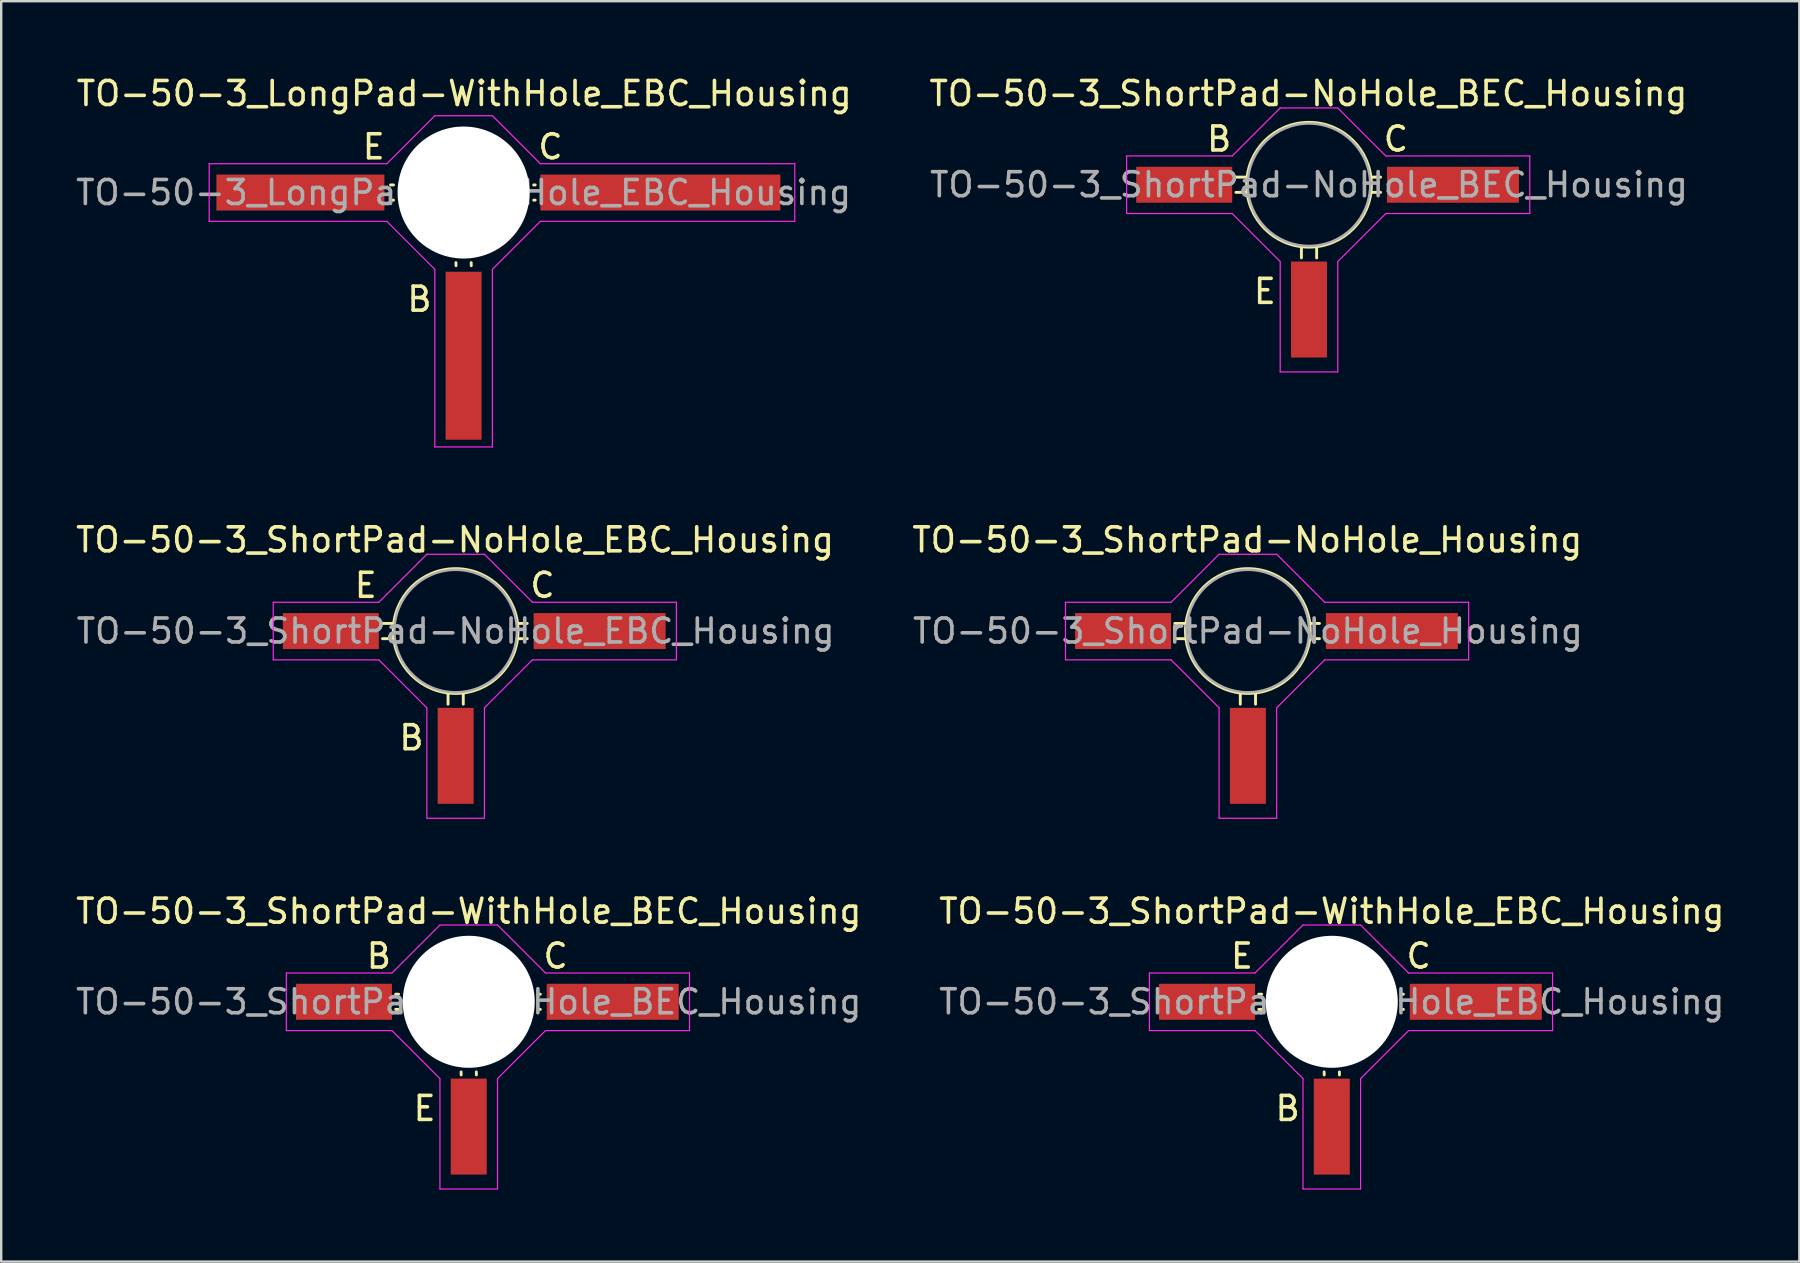
<source format=kicad_pcb>
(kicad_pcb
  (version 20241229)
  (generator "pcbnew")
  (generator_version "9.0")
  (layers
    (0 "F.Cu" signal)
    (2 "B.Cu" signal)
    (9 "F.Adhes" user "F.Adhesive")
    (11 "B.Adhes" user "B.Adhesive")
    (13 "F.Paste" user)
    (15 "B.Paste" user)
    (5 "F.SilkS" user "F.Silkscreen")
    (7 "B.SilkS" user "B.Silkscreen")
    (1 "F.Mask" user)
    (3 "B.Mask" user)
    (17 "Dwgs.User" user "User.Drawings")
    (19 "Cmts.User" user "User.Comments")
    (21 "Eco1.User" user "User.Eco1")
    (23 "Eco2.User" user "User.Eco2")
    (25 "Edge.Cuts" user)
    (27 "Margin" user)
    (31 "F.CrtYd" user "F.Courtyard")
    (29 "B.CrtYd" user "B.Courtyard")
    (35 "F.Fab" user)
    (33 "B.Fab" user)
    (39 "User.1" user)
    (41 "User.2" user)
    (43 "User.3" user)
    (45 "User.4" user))
  (footprint "TO-50-3_ShortPad-NoHole_EBC_Housing"
    (layer "F.Cu")
    (at 16.336 25.846)
    (property "Reference" "TO-50-3_ShortPad-NoHole_EBC_Housing" (at -0.425 -6.4 0) (layer "F.SilkS") (effects (font (size 1 1) (thickness 0.15))))
    (attr smd)
    (fp_line (start -3.002 -2.917) (end -3.446 -2.917) (stroke (width 0.12) (type solid)) (layer "F.SilkS"))
    (fp_line (start -3.002 -2.283) (end -3.446 -2.283) (stroke (width 0.12) (type solid)) (layer "F.SilkS"))
    (fp_line (start -0.716 0.004) (end -0.716 0.448) (stroke (width 0.12) (type solid)) (layer "F.SilkS"))
    (fp_line (start -0.081 0.004) (end -0.081 0.448) (stroke (width 0.12) (type solid)) (layer "F.SilkS"))
    (fp_line (start 2.204 -2.917) (end 2.584 -2.917) (stroke (width 0.12) (type solid)) (layer "F.SilkS"))
    (fp_line (start 2.204 -2.283) (end 2.584 -2.283) (stroke (width 0.12) (type solid)) (layer "F.SilkS"))
    (fp_circle (center -0.4 -2.6) (end -0.4 -5.2) (stroke (width 0.12) (type solid)) (fill no) (layer "F.SilkS"))
    (fp_line (start -8 -1.4) (end -8 -3.8) (stroke (width 0.05) (type solid)) (layer "F.CrtYd"))
    (fp_line (start -8 -1.4) (end -3.6 -1.4) (stroke (width 0.05) (type solid)) (layer "F.CrtYd"))
    (fp_line (start -3.6 -3.8) (end -8 -3.8) (stroke (width 0.05) (type solid)) (layer "F.CrtYd"))
    (fp_line (start -3.6 -3.8) (end -1.6 -5.8) (stroke (width 0.05) (type solid)) (layer "F.CrtYd"))
    (fp_line (start -1.6 -5.8) (end 0.8 -5.8) (stroke (width 0.05) (type solid)) (layer "F.CrtYd"))
    (fp_line (start -1.6 0.6) (end -3.6 -1.4) (stroke (width 0.05) (type solid)) (layer "F.CrtYd"))
    (fp_line (start -1.6 5.2) (end -1.6 0.6) (stroke (width 0.05) (type solid)) (layer "F.CrtYd"))
    (fp_line (start 0.8 -5.8) (end 2.8 -3.8) (stroke (width 0.05) (type solid)) (layer "F.CrtYd"))
    (fp_line (start 0.8 0.6) (end 0.8 5.2) (stroke (width 0.05) (type solid)) (layer "F.CrtYd"))
    (fp_line (start 0.8 5.2) (end -1.6 5.2) (stroke (width 0.05) (type solid)) (layer "F.CrtYd"))
    (fp_line (start 2.8 -3.8) (end 8.8 -3.8) (stroke (width 0.05) (type solid)) (layer "F.CrtYd"))
    (fp_line (start 2.8 -1.4) (end 0.8 0.6) (stroke (width 0.05) (type solid)) (layer "F.CrtYd"))
    (fp_line (start 8.8 -3.8) (end 8.8 -1.4) (stroke (width 0.05) (type solid)) (layer "F.CrtYd"))
    (fp_line (start 8.8 -1.4) (end 2.8 -1.4) (stroke (width 0.05) (type solid)) (layer "F.CrtYd"))
    (fp_circle (center -0.4 -2.6) (end -0.35 -5.15) (stroke (width 0.1) (type solid)) (fill no) (layer "F.Fab"))
    (fp_text user "B" (at -2.24 1.845 0) (layer "F.SilkS") (effects (font (size 1 1) (thickness 0.15))))
    (fp_text user "E" (at -4.145 -4.505 0) (layer "F.SilkS") (effects (font (size 1 1) (thickness 0.15))))
    (fp_text user "C" (at 3.22 -4.505 0) (layer "F.SilkS") (effects (font (size 1 1) (thickness 0.15))))
    (fp_text user "${REFERENCE}" (at -0.4 -2.6 0) (layer "F.Fab") (effects (font (size 1 1) (thickness 0.15))))
    (pad "1" smd rect (at -5.6 -2.6 270) (size 1.5 4) (layers "F.Cu" "F.Mask" "F.Paste"))
    (pad "2" smd rect (at -0.4 2.6 270) (size 4 1.5) (layers "F.Cu" "F.Mask" "F.Paste"))
    (pad "3" smd rect (at 5.6 -2.6 270) (size 1.5 5.5) (layers "F.Cu" "F.Mask" "F.Paste")))
  (footprint "TO-50-3_LongPad-WithHole_EBC_Housing"
    (layer "F.Cu")
    (at 16.968 8.373)
    (property "Reference" "TO-50-3_LongPad-WithHole_EBC_Housing" (at -0.675 -7.525 0) (layer "F.SilkS") (effects (font (size 1 1) (thickness 0.15))))
    (attr smd)
    (fp_line (start -3.621 -3.717) (end -3.747 -3.717) (stroke (width 0.12) (type solid)) (layer "F.SilkS"))
    (fp_line (start -3.621 -3.083) (end -3.747 -3.083) (stroke (width 0.12) (type solid)) (layer "F.SilkS"))
    (fp_line (start -1.018 -0.479) (end -1.016 -0.352) (stroke (width 0.12) (type solid)) (layer "F.SilkS"))
    (fp_line (start -0.383 -0.479) (end -0.381 -0.352) (stroke (width 0.12) (type solid)) (layer "F.SilkS"))
    (fp_line (start 2.221 -3.717) (end 2.284 -3.717) (stroke (width 0.12) (type solid)) (layer "F.SilkS"))
    (fp_line (start 2.221 -3.083) (end 2.284 -3.083) (stroke (width 0.12) (type solid)) (layer "F.SilkS"))
    (fp_line (start -11.3 -4.6) (end -3.9 -4.6) (stroke (width 0.05) (type solid)) (layer "F.CrtYd"))
    (fp_line (start -11.3 -2.2) (end -11.3 -4.6) (stroke (width 0.05) (type solid)) (layer "F.CrtYd"))
    (fp_line (start -3.9 -4.6) (end -1.9 -6.6) (stroke (width 0.05) (type solid)) (layer "F.CrtYd"))
    (fp_line (start -3.9 -2.2) (end -11.3 -2.2) (stroke (width 0.05) (type solid)) (layer "F.CrtYd"))
    (fp_line (start -1.9 -6.6) (end 0.5 -6.6) (stroke (width 0.05) (type solid)) (layer "F.CrtYd"))
    (fp_line (start -1.9 -0.2) (end -3.9 -2.2) (stroke (width 0.05) (type solid)) (layer "F.CrtYd"))
    (fp_line (start -1.9 7.2) (end -1.9 -0.2) (stroke (width 0.05) (type solid)) (layer "F.CrtYd"))
    (fp_line (start 0.5 -6.6) (end 2.5 -4.6) (stroke (width 0.05) (type solid)) (layer "F.CrtYd"))
    (fp_line (start 0.5 -0.2) (end 0.5 7.2) (stroke (width 0.05) (type solid)) (layer "F.CrtYd"))
    (fp_line (start 0.5 7.2) (end -1.9 7.2) (stroke (width 0.05) (type solid)) (layer "F.CrtYd"))
    (fp_line (start 2.5 -4.6) (end 13.1 -4.6) (stroke (width 0.05) (type solid)) (layer "F.CrtYd"))
    (fp_line (start 2.5 -2.2) (end 0.5 -0.2) (stroke (width 0.05) (type solid)) (layer "F.CrtYd"))
    (fp_line (start 13.1 -4.6) (end 13.1 -2.2) (stroke (width 0.05) (type solid)) (layer "F.CrtYd"))
    (fp_line (start 13.1 -2.2) (end 2.5 -2.2) (stroke (width 0.05) (type solid)) (layer "F.CrtYd"))
    (fp_circle (center -0.7 -3.4) (end -0.65 -5.95) (stroke (width 0.1) (type solid)) (fill no) (layer "F.Fab"))
    (fp_text user "B" (at -2.54 1.045 0) (layer "F.SilkS") (effects (font (size 1 1) (thickness 0.15))))
    (fp_text user "C" (at 2.92 -5.305 0) (layer "F.SilkS") (effects (font (size 1 1) (thickness 0.15))))
    (fp_text user "E" (at -4.445 -5.305 0) (layer "F.SilkS") (effects (font (size 1 1) (thickness 0.15))))
    (fp_text user "${REFERENCE}" (at -0.7 -3.4 0) (layer "F.Fab") (effects (font (size 1 1) (thickness 0.15))))
    (pad "" np_thru_hole circle (at -0.7 -3.4 270) (size 5.5 5.5) (drill 5.5) (layers "*.Cu" "*.Mask"))
    (pad "1" smd rect (at -7.5 -3.4 270) (size 1.5 7) (layers "F.Cu" "F.Mask" "F.Paste"))
    (pad "2" smd rect (at -0.7 3.4 270) (size 7 1.5) (layers "F.Cu" "F.Mask" "F.Paste"))
    (pad "3" smd rect (at 7.5 -3.4 270) (size 1.5 10) (layers "F.Cu" "F.Mask" "F.Paste")))
  (footprint "TO-50-3_ShortPad-WithHole_BEC_Housing"
    (layer "F.Cu")
    (at 16.882 41.295)
    (property "Reference" "TO-50-3_ShortPad-WithHole_BEC_Housing" (at -0.4 -6.375 0) (layer "F.SilkS") (effects (font (size 1 1) (thickness 0.15))))
    (attr smd)
    (fp_line (start -3.321 -2.917) (end -3.446 -2.917) (stroke (width 0.12) (type solid)) (layer "F.SilkS"))
    (fp_line (start -3.321 -2.283) (end -3.446 -2.283) (stroke (width 0.12) (type solid)) (layer "F.SilkS"))
    (fp_line (start -0.718 0.321) (end -0.716 0.448) (stroke (width 0.12) (type solid)) (layer "F.SilkS"))
    (fp_line (start -0.083 0.321) (end -0.081 0.448) (stroke (width 0.12) (type solid)) (layer "F.SilkS"))
    (fp_line (start 2.521 -2.917) (end 2.584 -2.917) (stroke (width 0.12) (type solid)) (layer "F.SilkS"))
    (fp_line (start 2.521 -2.283) (end 2.584 -2.283) (stroke (width 0.12) (type solid)) (layer "F.SilkS"))
    (fp_line (start -8 -1.4) (end -8 -3.8) (stroke (width 0.05) (type solid)) (layer "F.CrtYd"))
    (fp_line (start -8 -1.4) (end -3.6 -1.4) (stroke (width 0.05) (type solid)) (layer "F.CrtYd"))
    (fp_line (start -3.6 -3.8) (end -8 -3.8) (stroke (width 0.05) (type solid)) (layer "F.CrtYd"))
    (fp_line (start -3.6 -3.8) (end -1.6 -5.8) (stroke (width 0.05) (type solid)) (layer "F.CrtYd"))
    (fp_line (start -1.6 -5.8) (end 0.8 -5.8) (stroke (width 0.05) (type solid)) (layer "F.CrtYd"))
    (fp_line (start -1.6 0.6) (end -3.6 -1.4) (stroke (width 0.05) (type solid)) (layer "F.CrtYd"))
    (fp_line (start -1.6 5.2) (end -1.6 0.6) (stroke (width 0.05) (type solid)) (layer "F.CrtYd"))
    (fp_line (start 0.8 -5.8) (end 2.8 -3.8) (stroke (width 0.05) (type solid)) (layer "F.CrtYd"))
    (fp_line (start 0.8 0.6) (end 0.8 5.2) (stroke (width 0.05) (type solid)) (layer "F.CrtYd"))
    (fp_line (start 0.8 5.2) (end -1.6 5.2) (stroke (width 0.05) (type solid)) (layer "F.CrtYd"))
    (fp_line (start 2.8 -3.8) (end 8.8 -3.8) (stroke (width 0.05) (type solid)) (layer "F.CrtYd"))
    (fp_line (start 2.8 -1.4) (end 0.8 0.6) (stroke (width 0.05) (type solid)) (layer "F.CrtYd"))
    (fp_line (start 8.8 -3.8) (end 8.8 -1.4) (stroke (width 0.05) (type solid)) (layer "F.CrtYd"))
    (fp_line (start 8.8 -1.4) (end 2.8 -1.4) (stroke (width 0.05) (type solid)) (layer "F.CrtYd"))
    (fp_circle (center -0.4 -2.6) (end -0.35 -5.15) (stroke (width 0.1) (type solid)) (fill no) (layer "F.Fab"))
    (fp_text user "B" (at -4.145 -4.505 0) (layer "F.SilkS") (effects (font (size 1 1) (thickness 0.15))))
    (fp_text user "E" (at -2.24 1.845 0) (layer "F.SilkS") (effects (font (size 1 1) (thickness 0.15))))
    (fp_text user "C" (at 3.22 -4.505 0) (layer "F.SilkS") (effects (font (size 1 1) (thickness 0.15))))
    (fp_text user "${REFERENCE}" (at -0.4 -2.6 0) (layer "F.Fab") (effects (font (size 1 1) (thickness 0.15))))
    (pad "" np_thru_hole circle (at -0.4 -2.6 270) (size 5.5 5.5) (drill 5.5) (layers "*.Cu" "*.Mask"))
    (pad "1" smd rect (at -5.6 -2.6 270) (size 1.5 4) (layers "F.Cu" "F.Mask" "F.Paste"))
    (pad "2" smd rect (at -0.4 2.6 270) (size 4 1.5) (layers "F.Cu" "F.Mask" "F.Paste"))
    (pad "3" smd rect (at 5.6 -2.6 270) (size 1.5 5.5) (layers "F.Cu" "F.Mask" "F.Paste")))
  (footprint "TO-50-3_ShortPad-WithHole_EBC_Housing"
    (layer "F.Cu")
    (at 52.846 41.295)
    (property "Reference" "TO-50-3_ShortPad-WithHole_EBC_Housing" (at -0.4 -6.375 0) (layer "F.SilkS") (effects (font (size 1 1) (thickness 0.15))))
    (attr smd)
    (fp_line (start -3.321 -2.917) (end -3.446 -2.917) (stroke (width 0.12) (type solid)) (layer "F.SilkS"))
    (fp_line (start -3.321 -2.283) (end -3.446 -2.283) (stroke (width 0.12) (type solid)) (layer "F.SilkS"))
    (fp_line (start -0.718 0.321) (end -0.716 0.448) (stroke (width 0.12) (type solid)) (layer "F.SilkS"))
    (fp_line (start -0.083 0.321) (end -0.081 0.448) (stroke (width 0.12) (type solid)) (layer "F.SilkS"))
    (fp_line (start 2.521 -2.917) (end 2.584 -2.917) (stroke (width 0.12) (type solid)) (layer "F.SilkS"))
    (fp_line (start 2.521 -2.283) (end 2.584 -2.283) (stroke (width 0.12) (type solid)) (layer "F.SilkS"))
    (fp_line (start -8 -1.4) (end -8 -3.8) (stroke (width 0.05) (type solid)) (layer "F.CrtYd"))
    (fp_line (start -8 -1.4) (end -3.6 -1.4) (stroke (width 0.05) (type solid)) (layer "F.CrtYd"))
    (fp_line (start -3.6 -3.8) (end -8 -3.8) (stroke (width 0.05) (type solid)) (layer "F.CrtYd"))
    (fp_line (start -3.6 -3.8) (end -1.6 -5.8) (stroke (width 0.05) (type solid)) (layer "F.CrtYd"))
    (fp_line (start -1.6 -5.8) (end 0.8 -5.8) (stroke (width 0.05) (type solid)) (layer "F.CrtYd"))
    (fp_line (start -1.6 0.6) (end -3.6 -1.4) (stroke (width 0.05) (type solid)) (layer "F.CrtYd"))
    (fp_line (start -1.6 5.2) (end -1.6 0.6) (stroke (width 0.05) (type solid)) (layer "F.CrtYd"))
    (fp_line (start 0.8 -5.8) (end 2.8 -3.8) (stroke (width 0.05) (type solid)) (layer "F.CrtYd"))
    (fp_line (start 0.8 0.6) (end 0.8 5.2) (stroke (width 0.05) (type solid)) (layer "F.CrtYd"))
    (fp_line (start 0.8 5.2) (end -1.6 5.2) (stroke (width 0.05) (type solid)) (layer "F.CrtYd"))
    (fp_line (start 2.8 -3.8) (end 8.8 -3.8) (stroke (width 0.05) (type solid)) (layer "F.CrtYd"))
    (fp_line (start 2.8 -1.4) (end 0.8 0.6) (stroke (width 0.05) (type solid)) (layer "F.CrtYd"))
    (fp_line (start 8.8 -3.8) (end 8.8 -1.4) (stroke (width 0.05) (type solid)) (layer "F.CrtYd"))
    (fp_line (start 8.8 -1.4) (end 2.8 -1.4) (stroke (width 0.05) (type solid)) (layer "F.CrtYd"))
    (fp_circle (center -0.4 -2.6) (end -0.35 -5.15) (stroke (width 0.1) (type solid)) (fill no) (layer "F.Fab"))
    (fp_text user "E" (at -4.145 -4.505 0) (layer "F.SilkS") (effects (font (size 1 1) (thickness 0.15))))
    (fp_text user "C" (at 3.22 -4.505 0) (layer "F.SilkS") (effects (font (size 1 1) (thickness 0.15))))
    (fp_text user "B" (at -2.24 1.845 0) (layer "F.SilkS") (effects (font (size 1 1) (thickness 0.15))))
    (fp_text user "${REFERENCE}" (at -0.4 -2.6 0) (layer "F.Fab") (effects (font (size 1 1) (thickness 0.15))))
    (pad "" np_thru_hole circle (at -0.4 -2.6 270) (size 5.5 5.5) (drill 5.5) (layers "*.Cu" "*.Mask"))
    (pad "1" smd rect (at -5.6 -2.6 270) (size 1.5 4) (layers "F.Cu" "F.Mask" "F.Paste"))
    (pad "2" smd rect (at -0.4 2.6 270) (size 4 1.5) (layers "F.Cu" "F.Mask" "F.Paste"))
    (pad "3" smd rect (at 5.6 -2.6 270) (size 1.5 5.5) (layers "F.Cu" "F.Mask" "F.Paste")))
  (footprint "TO-50-3_ShortPad-NoHole_Housing"
    (layer "F.Cu")
    (at 49.349 25.846)
    (property "Reference" "TO-50-3_ShortPad-NoHole_Housing" (at -0.425 -6.4 0) (layer "F.SilkS") (effects (font (size 1 1) (thickness 0.15))))
    (attr smd)
    (fp_line (start -3.002 -2.917) (end -3.446 -2.917) (stroke (width 0.12) (type solid)) (layer "F.SilkS"))
    (fp_line (start -3.002 -2.283) (end -3.446 -2.283) (stroke (width 0.12) (type solid)) (layer "F.SilkS"))
    (fp_line (start -0.716 0.004) (end -0.716 0.448) (stroke (width 0.12) (type solid)) (layer "F.SilkS"))
    (fp_line (start -0.081 0.004) (end -0.081 0.448) (stroke (width 0.12) (type solid)) (layer "F.SilkS"))
    (fp_line (start 2.204 -2.917) (end 2.584 -2.917) (stroke (width 0.12) (type solid)) (layer "F.SilkS"))
    (fp_line (start 2.204 -2.283) (end 2.584 -2.283) (stroke (width 0.12) (type solid)) (layer "F.SilkS"))
    (fp_circle (center -0.4 -2.6) (end -0.4 -5.2) (stroke (width 0.12) (type solid)) (fill no) (layer "F.SilkS"))
    (fp_line (start -8 -1.4) (end -8 -3.8) (stroke (width 0.05) (type solid)) (layer "F.CrtYd"))
    (fp_line (start -8 -1.4) (end -3.6 -1.4) (stroke (width 0.05) (type solid)) (layer "F.CrtYd"))
    (fp_line (start -3.6 -3.8) (end -8 -3.8) (stroke (width 0.05) (type solid)) (layer "F.CrtYd"))
    (fp_line (start -3.6 -3.8) (end -1.6 -5.8) (stroke (width 0.05) (type solid)) (layer "F.CrtYd"))
    (fp_line (start -1.6 -5.8) (end 0.8 -5.8) (stroke (width 0.05) (type solid)) (layer "F.CrtYd"))
    (fp_line (start -1.6 0.6) (end -3.6 -1.4) (stroke (width 0.05) (type solid)) (layer "F.CrtYd"))
    (fp_line (start -1.6 5.2) (end -1.6 0.6) (stroke (width 0.05) (type solid)) (layer "F.CrtYd"))
    (fp_line (start 0.8 -5.8) (end 2.8 -3.8) (stroke (width 0.05) (type solid)) (layer "F.CrtYd"))
    (fp_line (start 0.8 0.6) (end 0.8 5.2) (stroke (width 0.05) (type solid)) (layer "F.CrtYd"))
    (fp_line (start 0.8 5.2) (end -1.6 5.2) (stroke (width 0.05) (type solid)) (layer "F.CrtYd"))
    (fp_line (start 2.8 -3.8) (end 8.8 -3.8) (stroke (width 0.05) (type solid)) (layer "F.CrtYd"))
    (fp_line (start 2.8 -1.4) (end 0.8 0.6) (stroke (width 0.05) (type solid)) (layer "F.CrtYd"))
    (fp_line (start 8.8 -3.8) (end 8.8 -1.4) (stroke (width 0.05) (type solid)) (layer "F.CrtYd"))
    (fp_line (start 8.8 -1.4) (end 2.8 -1.4) (stroke (width 0.05) (type solid)) (layer "F.CrtYd"))
    (fp_circle (center -0.4 -2.6) (end -0.35 -5.15) (stroke (width 0.1) (type solid)) (fill no) (layer "F.Fab"))
    (fp_text user "${REFERENCE}" (at -0.4 -2.6 0) (layer "F.Fab") (effects (font (size 1 1) (thickness 0.15))))
    (pad "1" smd rect (at -5.6 -2.6 270) (size 1.5 4) (layers "F.Cu" "F.Mask" "F.Paste"))
    (pad "2" smd rect (at -0.4 2.6 270) (size 4 1.5) (layers "F.Cu" "F.Mask" "F.Paste"))
    (pad "3" smd rect (at 5.6 -2.6 270) (size 1.5 5.5) (layers "F.Cu" "F.Mask" "F.Paste")))
  (footprint "TO-50-3_ShortPad-NoHole_BEC_Housing"
    (layer "F.Cu")
    (at 51.896 7.248)
    (property "Reference" "TO-50-3_ShortPad-NoHole_BEC_Housing" (at -0.425 -6.4 0) (layer "F.SilkS") (effects (font (size 1 1) (thickness 0.15))))
    (attr smd)
    (fp_line (start -3.002 -2.917) (end -3.446 -2.917) (stroke (width 0.12) (type solid)) (layer "F.SilkS"))
    (fp_line (start -3.002 -2.283) (end -3.446 -2.283) (stroke (width 0.12) (type solid)) (layer "F.SilkS"))
    (fp_line (start -0.716 0.004) (end -0.716 0.448) (stroke (width 0.12) (type solid)) (layer "F.SilkS"))
    (fp_line (start -0.081 0.004) (end -0.081 0.448) (stroke (width 0.12) (type solid)) (layer "F.SilkS"))
    (fp_line (start 2.204 -2.917) (end 2.584 -2.917) (stroke (width 0.12) (type solid)) (layer "F.SilkS"))
    (fp_line (start 2.204 -2.283) (end 2.584 -2.283) (stroke (width 0.12) (type solid)) (layer "F.SilkS"))
    (fp_circle (center -0.4 -2.6) (end -0.4 -5.2) (stroke (width 0.12) (type solid)) (fill no) (layer "F.SilkS"))
    (fp_line (start -8 -1.4) (end -8 -3.8) (stroke (width 0.05) (type solid)) (layer "F.CrtYd"))
    (fp_line (start -8 -1.4) (end -3.6 -1.4) (stroke (width 0.05) (type solid)) (layer "F.CrtYd"))
    (fp_line (start -3.6 -3.8) (end -8 -3.8) (stroke (width 0.05) (type solid)) (layer "F.CrtYd"))
    (fp_line (start -3.6 -3.8) (end -1.6 -5.8) (stroke (width 0.05) (type solid)) (layer "F.CrtYd"))
    (fp_line (start -1.6 -5.8) (end 0.8 -5.8) (stroke (width 0.05) (type solid)) (layer "F.CrtYd"))
    (fp_line (start -1.6 0.6) (end -3.6 -1.4) (stroke (width 0.05) (type solid)) (layer "F.CrtYd"))
    (fp_line (start -1.6 5.2) (end -1.6 0.6) (stroke (width 0.05) (type solid)) (layer "F.CrtYd"))
    (fp_line (start 0.8 -5.8) (end 2.8 -3.8) (stroke (width 0.05) (type solid)) (layer "F.CrtYd"))
    (fp_line (start 0.8 0.6) (end 0.8 5.2) (stroke (width 0.05) (type solid)) (layer "F.CrtYd"))
    (fp_line (start 0.8 5.2) (end -1.6 5.2) (stroke (width 0.05) (type solid)) (layer "F.CrtYd"))
    (fp_line (start 2.8 -3.8) (end 8.8 -3.8) (stroke (width 0.05) (type solid)) (layer "F.CrtYd"))
    (fp_line (start 2.8 -1.4) (end 0.8 0.6) (stroke (width 0.05) (type solid)) (layer "F.CrtYd"))
    (fp_line (start 8.8 -3.8) (end 8.8 -1.4) (stroke (width 0.05) (type solid)) (layer "F.CrtYd"))
    (fp_line (start 8.8 -1.4) (end 2.8 -1.4) (stroke (width 0.05) (type solid)) (layer "F.CrtYd"))
    (fp_circle (center -0.4 -2.6) (end -0.35 -5.15) (stroke (width 0.1) (type solid)) (fill no) (layer "F.Fab"))
    (fp_text user "E" (at -2.24 1.845 0) (layer "F.SilkS") (effects (font (size 1 1) (thickness 0.15))))
    (fp_text user "B" (at -4.145 -4.505 0) (layer "F.SilkS") (effects (font (size 1 1) (thickness 0.15))))
    (fp_text user "C" (at 3.22 -4.505 0) (layer "F.SilkS") (effects (font (size 1 1) (thickness 0.15))))
    (fp_text user "${REFERENCE}" (at -0.4 -2.6 0) (layer "F.Fab") (effects (font (size 1 1) (thickness 0.15))))
    (pad "1" smd rect (at -5.6 -2.6 270) (size 1.5 4) (layers "F.Cu" "F.Mask" "F.Paste"))
    (pad "2" smd rect (at -0.4 2.6 270) (size 4 1.5) (layers "F.Cu" "F.Mask" "F.Paste"))
    (pad "3" smd rect (at 5.6 -2.6 270) (size 1.5 5.5) (layers "F.Cu" "F.Mask" "F.Paste")))
  (gr_rect
    (start -3 -3)
    (end 71.929 49.52)
    (stroke (width 0.1) (type default))
    (fill no)
    (layer "Edge.Cuts")))
</source>
